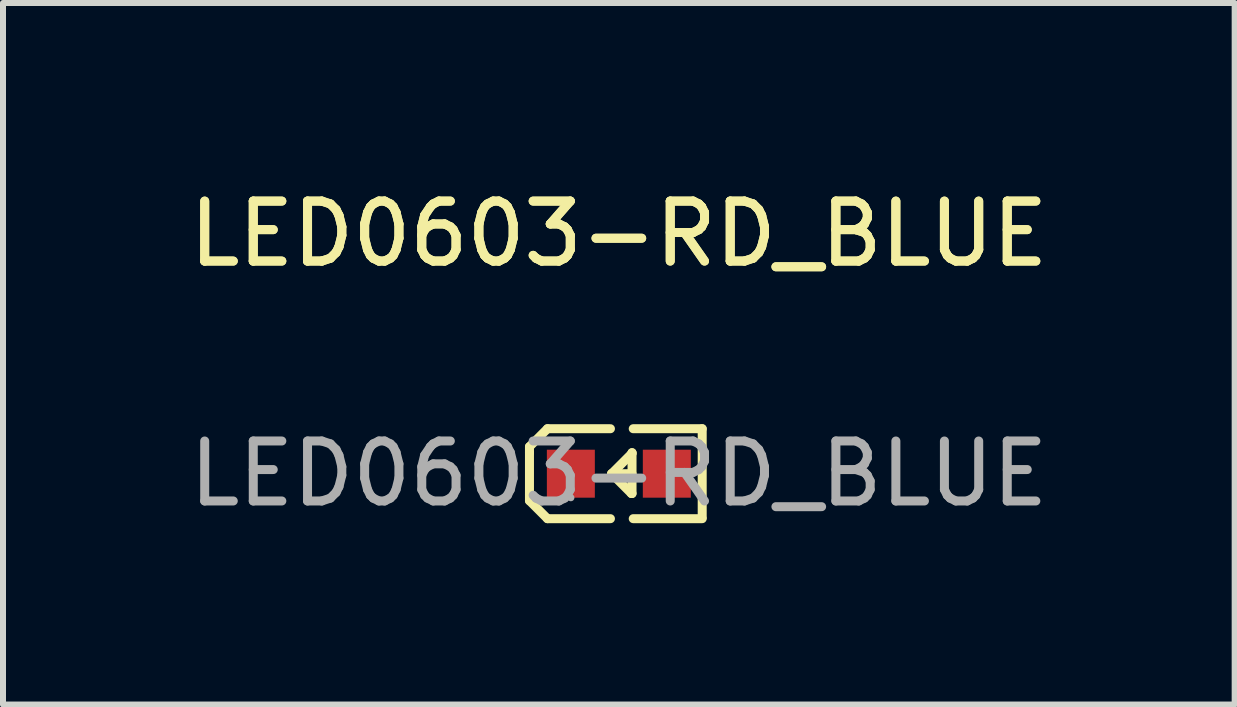
<source format=kicad_pcb>
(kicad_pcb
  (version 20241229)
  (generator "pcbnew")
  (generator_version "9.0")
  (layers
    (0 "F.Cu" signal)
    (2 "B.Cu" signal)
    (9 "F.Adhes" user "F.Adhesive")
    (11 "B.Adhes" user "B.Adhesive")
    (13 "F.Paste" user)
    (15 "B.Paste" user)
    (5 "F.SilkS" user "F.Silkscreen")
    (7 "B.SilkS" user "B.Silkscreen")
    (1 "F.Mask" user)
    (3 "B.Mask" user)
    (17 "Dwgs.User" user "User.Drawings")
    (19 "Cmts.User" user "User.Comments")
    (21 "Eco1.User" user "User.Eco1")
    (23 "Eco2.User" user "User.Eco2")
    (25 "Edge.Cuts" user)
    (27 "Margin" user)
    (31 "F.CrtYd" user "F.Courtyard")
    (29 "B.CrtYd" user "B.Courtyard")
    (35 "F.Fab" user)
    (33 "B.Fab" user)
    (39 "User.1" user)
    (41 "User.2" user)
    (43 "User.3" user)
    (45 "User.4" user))
  (footprint "LED0603-RD_BLUE"
    (layer "F.Cu")
    (at 7.268 4.848)
    (property "Reference" "LED0603-RD_BLUE" (at 0 -4 0) (layer "F.SilkS") (effects (font (size 1 1) (thickness 0.15))))
    (attr smd)
    (fp_line (start -1.49 -0.45) (end -1.19 -0.75) (stroke (width 0.15) (type solid)) (layer "F.SilkS"))
    (fp_line (start -1.49 -0.35) (end -1.49 -0.45) (stroke (width 0.15) (type solid)) (layer "F.SilkS"))
    (fp_line (start -1.49 -0.35) (end -1.49 0.35) (stroke (width 0.15) (type solid)) (layer "F.SilkS"))
    (fp_line (start -1.49 0.35) (end -1.49 0.45) (stroke (width 0.15) (type solid)) (layer "F.SilkS"))
    (fp_line (start -1.49 0.45) (end -1.19 0.75) (stroke (width 0.15) (type solid)) (layer "F.SilkS"))
    (fp_line (start -0.14 -0.75) (end -1.19 -0.75) (stroke (width 0.15) (type solid)) (layer "F.SilkS"))
    (fp_line (start -0.14 0.75) (end -1.19 0.75) (stroke (width 0.15) (type solid)) (layer "F.SilkS"))
    (fp_line (start 0.21 0.33) (end -0.12 0) (stroke (width 0.15) (type solid)) (layer "F.SilkS"))
    (fp_line (start 0.22 -0.35) (end 0.22 -0.34) (stroke (width 0.15) (type solid)) (layer "F.SilkS"))
    (fp_line (start 0.22 -0.35) (end 0.22 0.33) (stroke (width 0.15) (type solid)) (layer "F.SilkS"))
    (fp_line (start 0.22 -0.34) (end -0.12 0) (stroke (width 0.15) (type solid)) (layer "F.SilkS"))
    (fp_line (start 0.22 0) (end -0.12 0) (stroke (width 0.15) (type solid)) (layer "F.SilkS"))
    (fp_line (start 0.22 0.33) (end 0.21 0.33) (stroke (width 0.15) (type solid)) (layer "F.SilkS"))
    (fp_line (start 0.24 -0.75) (end 1.39 -0.75) (stroke (width 0.15) (type solid)) (layer "F.SilkS"))
    (fp_line (start 0.24 0.75) (end 1.39 0.75) (stroke (width 0.15) (type solid)) (layer "F.SilkS"))
    (fp_line (start 1.39 -0.75) (end 1.39 0.73) (stroke (width 0.15) (type solid)) (layer "F.SilkS"))
    (fp_circle (center -0.8 0.4) (end -0.77 0.4) (stroke (width 0.06) (type solid)) (fill no) (layer "F.Fab"))
    (fp_text user "${REFERENCE}" (at 0 -4 0) (layer "F.SilkS") (effects (font (size 1 1) (thickness 0.15))))
    (fp_text user "${REFERENCE}" (at 0 0 0) (layer "F.Fab") (effects (font (size 1 1) (thickness 0.15))))
    (pad "1" smd rect (at -0.8 0 90) (size 0.8 0.8) (layers "F.Cu" "F.Mask" "F.Paste"))
    (pad "2" smd rect (at 0.8 0 90) (size 0.8 0.8) (layers "F.Cu" "F.Mask" "F.Paste")))
  (gr_rect
    (start -3 -3)
    (end 17.536 8.697)
    (stroke (width 0.1) (type default))
    (fill no)
    (layer "Edge.Cuts")))
</source>
